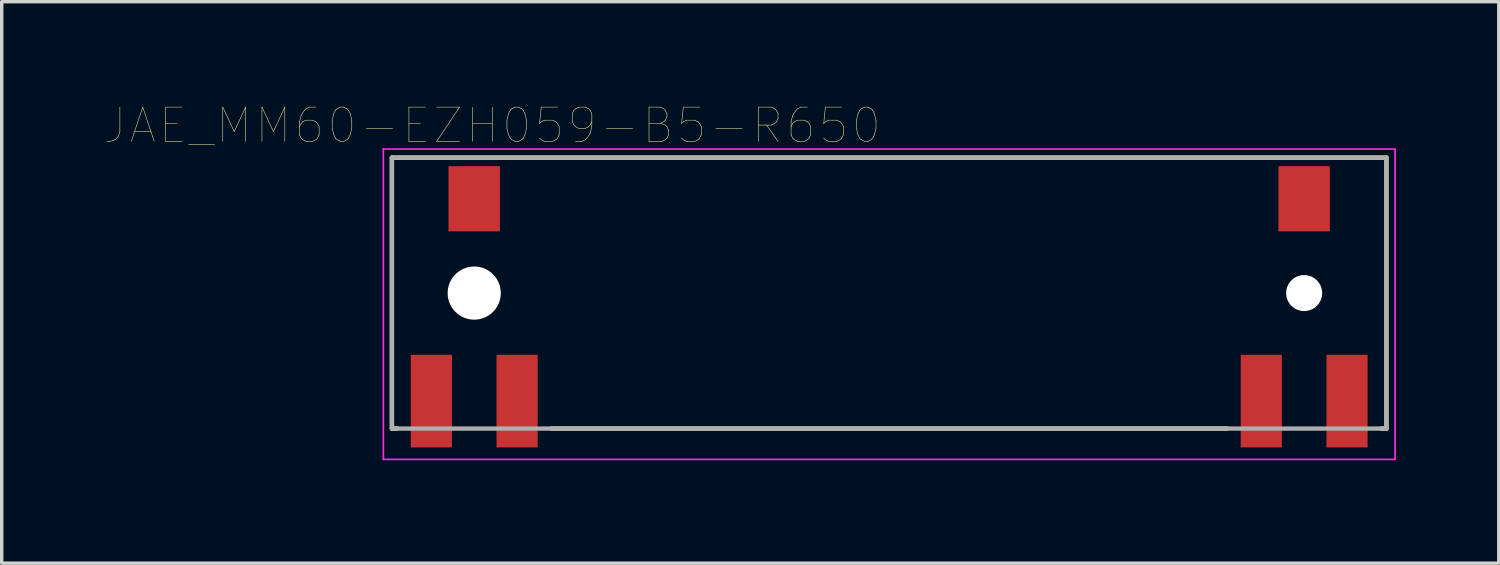
<source format=kicad_pcb>
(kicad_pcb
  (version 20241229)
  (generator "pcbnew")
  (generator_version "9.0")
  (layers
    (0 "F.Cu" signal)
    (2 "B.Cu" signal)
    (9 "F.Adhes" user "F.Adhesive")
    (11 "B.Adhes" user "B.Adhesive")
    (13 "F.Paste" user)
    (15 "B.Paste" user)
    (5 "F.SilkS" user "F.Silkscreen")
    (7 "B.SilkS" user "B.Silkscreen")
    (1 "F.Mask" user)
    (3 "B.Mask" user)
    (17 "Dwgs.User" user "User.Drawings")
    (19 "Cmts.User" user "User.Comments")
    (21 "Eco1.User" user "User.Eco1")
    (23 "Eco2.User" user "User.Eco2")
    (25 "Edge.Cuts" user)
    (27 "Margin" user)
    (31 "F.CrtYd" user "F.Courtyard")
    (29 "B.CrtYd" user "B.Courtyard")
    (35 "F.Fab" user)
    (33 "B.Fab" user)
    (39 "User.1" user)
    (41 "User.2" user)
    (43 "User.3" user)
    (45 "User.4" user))
  (footprint "JAE_MM60-EZH059-B5-R650"
    (layer "F.Cu")
    (at 22.878 5.496)
    (property "Reference" "JAE_MM60-EZH059-B5-R650" (at -11.575 -4.885 0) (layer "F.SilkS") (effects (font (size 1 1) (thickness 0.015))))
    (attr through_hole)
    (fp_line (start -14.5 -3.95) (end 14.5 -3.95) (stroke (width 0.127) (type solid)) (layer "F.SilkS"))
    (fp_line (start -14.5 3.95) (end -14.5 -3.95) (stroke (width 0.127) (type solid)) (layer "F.SilkS"))
    (fp_line (start -14.35 3.95) (end -14.5 3.95) (stroke (width 0.127) (type solid)) (layer "F.SilkS"))
    (fp_line (start -9.85 3.95) (end 9.85 3.95) (stroke (width 0.127) (type solid)) (layer "F.SilkS"))
    (fp_line (start 14.5 -3.95) (end 14.5 3.95) (stroke (width 0.127) (type solid)) (layer "F.SilkS"))
    (fp_line (start 14.5 3.95) (end 14.35 3.95) (stroke (width 0.127) (type solid)) (layer "F.SilkS"))
    (fp_line (start -14.75 -4.2) (end 14.75 -4.2) (stroke (width 0.05) (type solid)) (layer "F.CrtYd"))
    (fp_line (start -14.75 4.85) (end -14.75 -4.2) (stroke (width 0.05) (type solid)) (layer "F.CrtYd"))
    (fp_line (start 14.75 -4.2) (end 14.75 4.85) (stroke (width 0.05) (type solid)) (layer "F.CrtYd"))
    (fp_line (start 14.75 4.85) (end -14.75 4.85) (stroke (width 0.05) (type solid)) (layer "F.CrtYd"))
    (fp_line (start -14.5 -3.95) (end 14.5 -3.95) (stroke (width 0.127) (type solid)) (layer "F.Fab"))
    (fp_line (start -14.5 3.95) (end -14.5 -3.95) (stroke (width 0.127) (type solid)) (layer "F.Fab"))
    (fp_line (start 14.5 -3.95) (end 14.5 3.95) (stroke (width 0.127) (type solid)) (layer "F.Fab"))
    (fp_line (start 14.5 3.95) (end -14.5 3.95) (stroke (width 0.127) (type solid)) (layer "F.Fab"))
    (pad "" np_thru_hole circle (at -12.1 0) (size 1.55 1.55) (drill 1.55) (layers "*.Cu" "*.Mask"))
    (pad "" np_thru_hole circle (at 12.1 0) (size 1.05 1.05) (drill 1.05) (layers "*.Cu" "*.Mask"))
    (pad "S1_1" smd rect (at -12.1 -2.75) (size 1.5 1.9) (layers "F.Cu" "F.Mask" "F.Paste"))
    (pad "S1_2" smd rect (at -13.35 3.15) (size 1.2 2.7) (layers "F.Cu" "F.Mask" "F.Paste"))
    (pad "S1_3" smd rect (at -10.85 3.15) (size 1.2 2.7) (layers "F.Cu" "F.Mask" "F.Paste"))
    (pad "S2_1" smd rect (at 12.1 -2.75) (size 1.5 1.9) (layers "F.Cu" "F.Mask" "F.Paste"))
    (pad "S2_2" smd rect (at 10.85 3.15) (size 1.2 2.7) (layers "F.Cu" "F.Mask" "F.Paste"))
    (pad "S2_3" smd rect (at 13.35 3.15) (size 1.2 2.7) (layers "F.Cu" "F.Mask" "F.Paste")))
  (gr_rect
    (start -3 -3)
    (end 40.653 13.371)
    (stroke (width 0.1) (type default))
    (fill no)
    (layer "Edge.Cuts")))
</source>
